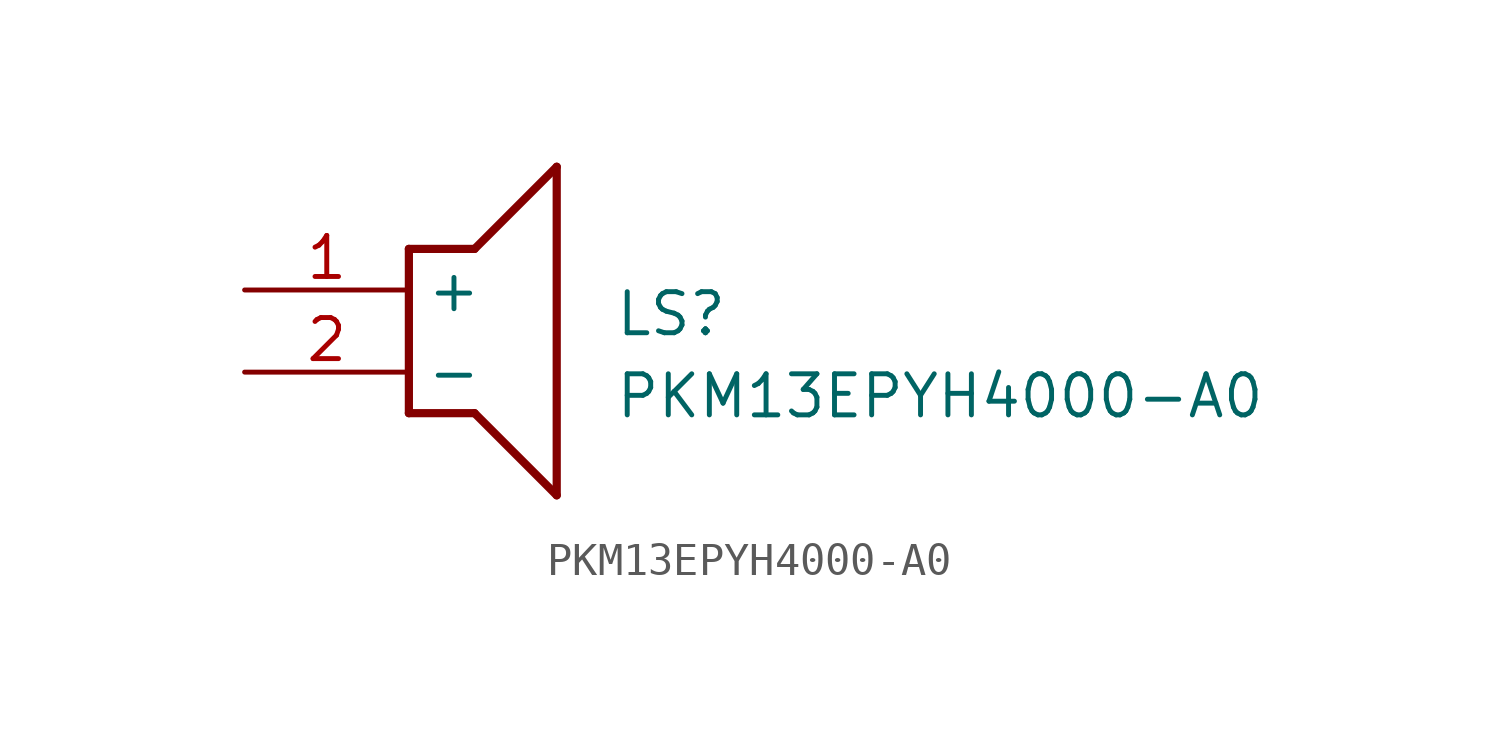
<source format=kicad_sym>
(kicad_symbol_lib
  (version 20211014)
  (generator SamacSys_ECAD_Model)
  (symbol "PKM13EPYH4000-A0"
    (property "Reference" "LS"
      (at 11.43 0 0)
      (effects (font (size 1.27 1.27)) (justify left top)))
    (property "Value" "PKM13EPYH4000-A0"
      (at 11.43 -2.54 0)
      (effects (font (size 1.27 1.27)) (justify left top)))
    (polyline
      (pts (xy 5.08 1.27) (xy 7.112 1.27))
      (stroke (width 0.254) (type default))
      (fill (type none)))
    (polyline
      (pts (xy 9.652 3.81) (xy 7.112 1.27))
      (stroke (width 0.254) (type default))
      (fill (type none)))
    (polyline
      (pts (xy 9.652 3.81) (xy 9.652 -6.35))
      (stroke (width 0.254) (type default))
      (fill (type none)))
    (polyline
      (pts (xy 7.112 -3.81) (xy 9.652 -6.35))
      (stroke (width 0.254) (type default))
      (fill (type none)))
    (polyline
      (pts (xy 7.112 -3.81) (xy 5.08 -3.81))
      (stroke (width 0.254) (type default))
      (fill (type none)))
    (polyline
      (pts (xy 5.08 1.27) (xy 5.08 -3.81))
      (stroke (width 0.254) (type default))
      (fill (type none)))
    (pin passive line
      (at 0 0 0)
      (length 5.08)
      (name "+" (effects (font (size 1.27 1.27))))
      (number "1" (effects (font (size 1.27 1.27)))))
    (pin passive line
      (at 0 -2.54 0)
      (length 5.08)
      (name "-" (effects (font (size 1.27 1.27))))
      (number "2" (effects (font (size 1.27 1.27)))))))
</source>
